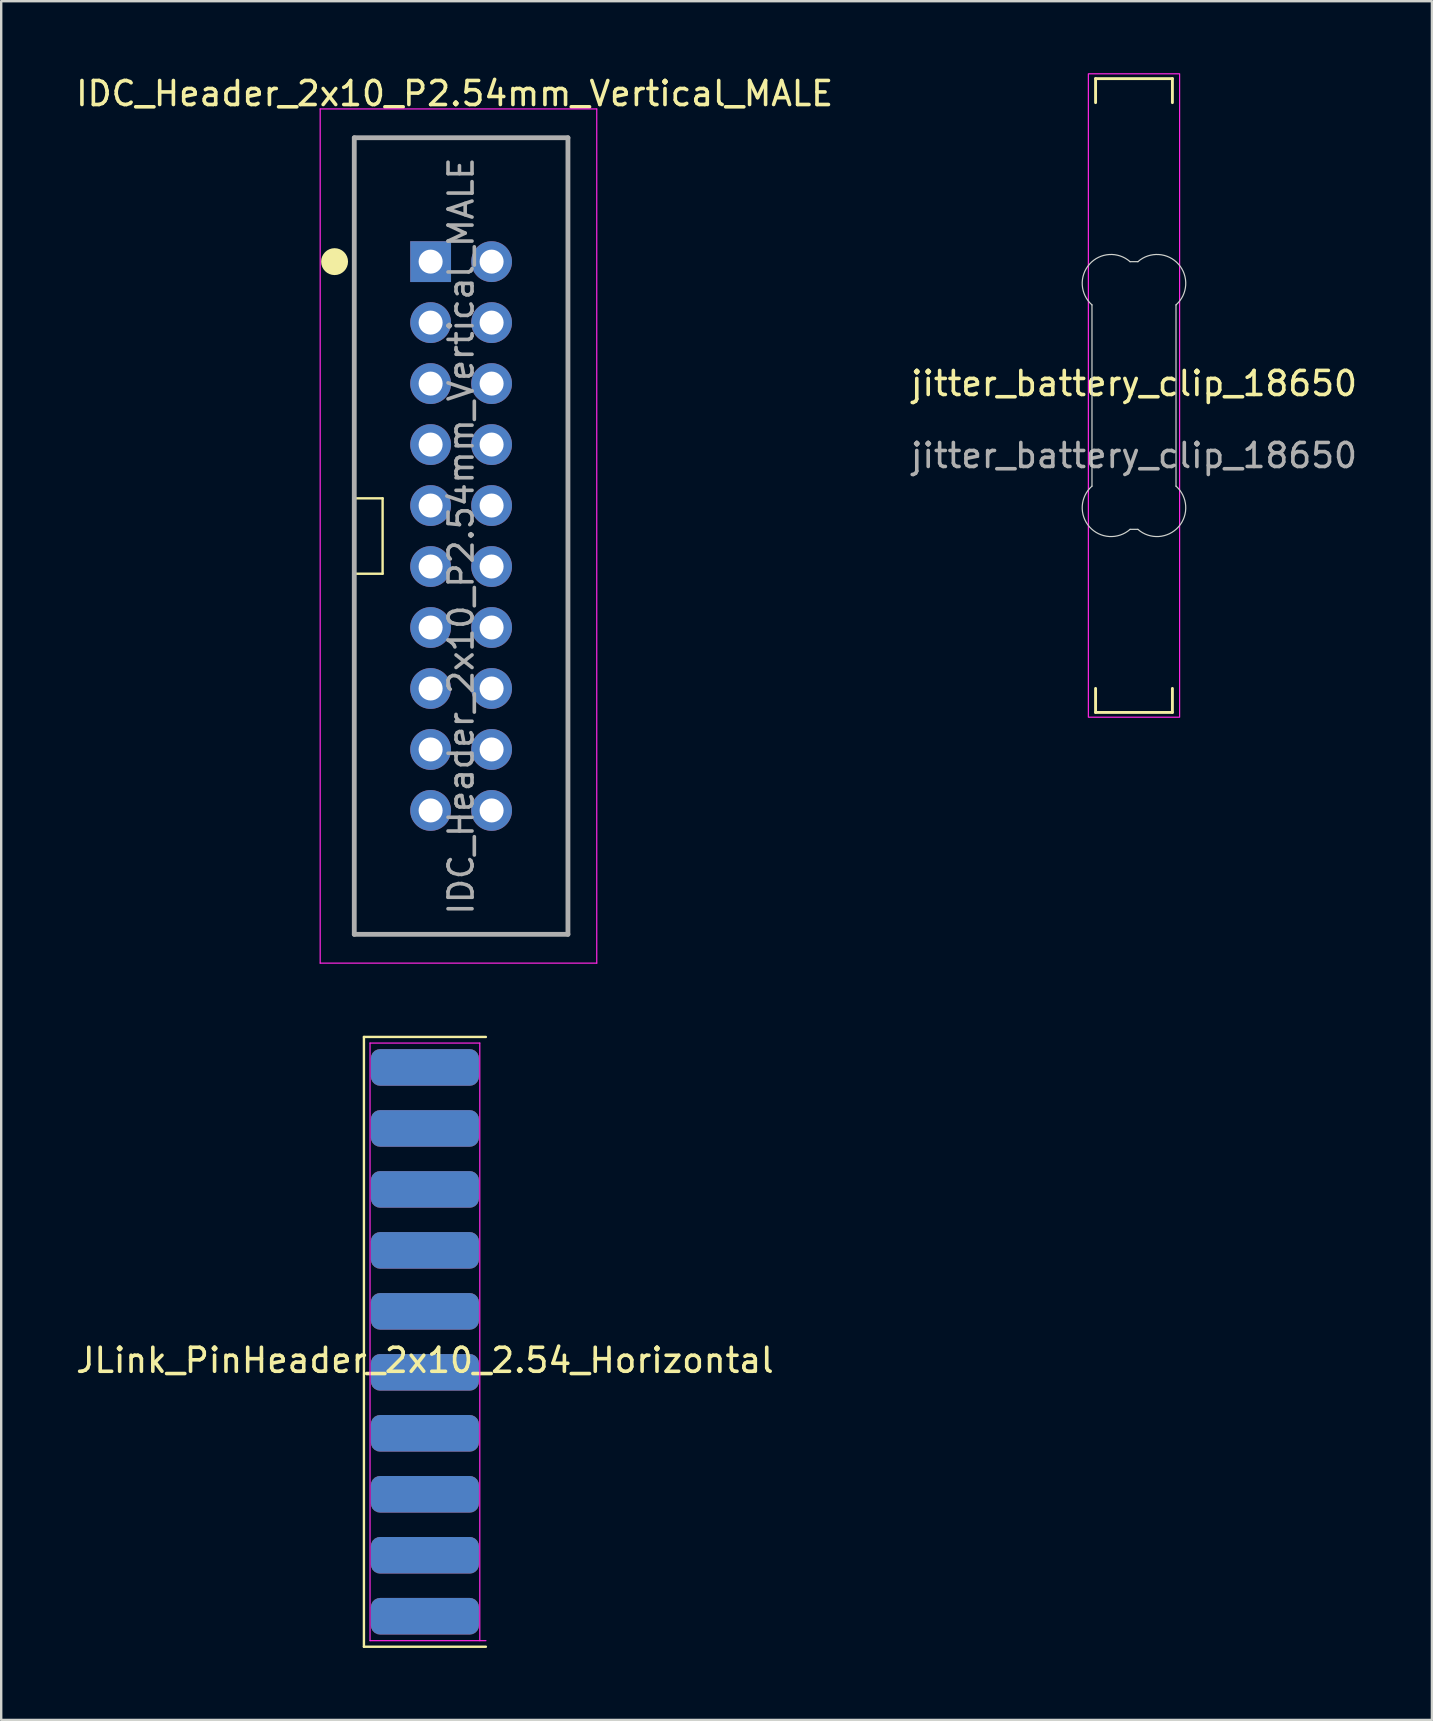
<source format=kicad_pcb>
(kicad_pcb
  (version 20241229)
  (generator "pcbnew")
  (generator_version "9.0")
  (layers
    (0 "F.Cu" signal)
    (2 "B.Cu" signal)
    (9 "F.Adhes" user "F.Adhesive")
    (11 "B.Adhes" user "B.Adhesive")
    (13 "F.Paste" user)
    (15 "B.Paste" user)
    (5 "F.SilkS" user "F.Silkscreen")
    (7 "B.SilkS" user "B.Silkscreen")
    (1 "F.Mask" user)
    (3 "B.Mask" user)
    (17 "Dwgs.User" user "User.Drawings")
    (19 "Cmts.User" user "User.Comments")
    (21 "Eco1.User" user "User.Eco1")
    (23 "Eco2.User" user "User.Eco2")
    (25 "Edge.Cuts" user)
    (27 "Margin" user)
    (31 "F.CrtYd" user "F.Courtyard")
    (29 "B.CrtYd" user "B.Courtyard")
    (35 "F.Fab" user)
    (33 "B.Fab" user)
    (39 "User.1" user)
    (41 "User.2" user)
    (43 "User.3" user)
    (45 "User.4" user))
  (footprint "IDC_Header_2x10_P2.54mm_Vertical_MALE"
    (layer "F.Cu")
    (at 14.887 7.848)
    (property "Reference" "IDC_Header_2x10_P2.54mm_Vertical_MALE" (at 1 -7 0) (layer "F.SilkS") (effects (font (size 1 1) (thickness 0.15))))
    (attr through_hole)
    (fp_line (start -3.18 -5.16) (end 5.72 -5.16) (stroke (width 0.1) (type solid)) (layer "F.SilkS"))
    (fp_line (start -3.18 9.86) (end -3.18 -5.16) (stroke (width 0.1) (type solid)) (layer "F.SilkS"))
    (fp_line (start -3.18 9.86) (end -2 9.86) (stroke (width 0.1) (type solid)) (layer "F.SilkS"))
    (fp_line (start -3.18 13) (end -2 13) (stroke (width 0.1) (type solid)) (layer "F.SilkS"))
    (fp_line (start -3.18 28.02) (end -3.18 13) (stroke (width 0.1) (type solid)) (layer "F.SilkS"))
    (fp_line (start -2 13) (end -2 9.86) (stroke (width 0.1) (type solid)) (layer "F.SilkS"))
    (fp_line (start 5.72 -5.16) (end 5.72 28.02) (stroke (width 0.1) (type solid)) (layer "F.SilkS"))
    (fp_line (start 5.72 28.02) (end -3.18 28.02) (stroke (width 0.1) (type solid)) (layer "F.SilkS"))
    (fp_circle (center -4 0) (end -3.5 0) (stroke (width 0.12) (type solid)) (fill yes) (layer "F.SilkS"))
    (fp_line (start -4.6 -6.36) (end 6.92 -6.36) (stroke (width 0.05) (type solid)) (layer "F.CrtYd"))
    (fp_line (start -4.6 29.22) (end -4.6 -6.36) (stroke (width 0.05) (type solid)) (layer "F.CrtYd"))
    (fp_line (start 6.92 -6.36) (end 6.92 29.22) (stroke (width 0.05) (type solid)) (layer "F.CrtYd"))
    (fp_line (start 6.92 29.22) (end -4.6 29.22) (stroke (width 0.05) (type solid)) (layer "F.CrtYd"))
    (fp_line (start -3.18 -5.16) (end 5.72 -5.16) (stroke (width 0.2) (type solid)) (layer "F.Fab"))
    (fp_line (start -3.18 28.02) (end -3.18 -5.16) (stroke (width 0.2) (type solid)) (layer "F.Fab"))
    (fp_line (start 5.72 -5.16) (end 5.72 28.02) (stroke (width 0.2) (type solid)) (layer "F.Fab"))
    (fp_line (start 5.72 28.02) (end -3.18 28.02) (stroke (width 0.2) (type solid)) (layer "F.Fab"))
    (fp_text user "${REFERENCE}" (at 1.27 11.43 90) (layer "F.Fab") (effects (font (size 1 1) (thickness 0.15))))
    (pad "1" thru_hole rect (at 0 0) (size 1.7 1.7) (drill 1) (layers "*.Cu" "*.Mask"))
    (pad "2" thru_hole oval (at 2.54 0) (size 1.7 1.7) (drill 1) (layers "*.Cu" "*.Mask"))
    (pad "3" thru_hole oval (at 0 2.54) (size 1.7 1.7) (drill 1) (layers "*.Cu" "*.Mask"))
    (pad "4" thru_hole oval (at 2.54 2.54) (size 1.7 1.7) (drill 1) (layers "*.Cu" "*.Mask"))
    (pad "5" thru_hole oval (at 0 5.08) (size 1.7 1.7) (drill 1) (layers "*.Cu" "*.Mask"))
    (pad "6" thru_hole oval (at 2.54 5.08) (size 1.7 1.7) (drill 1) (layers "*.Cu" "*.Mask"))
    (pad "7" thru_hole oval (at 0 7.62) (size 1.7 1.7) (drill 1) (layers "*.Cu" "*.Mask"))
    (pad "8" thru_hole oval (at 2.54 7.62) (size 1.7 1.7) (drill 1) (layers "*.Cu" "*.Mask"))
    (pad "9" thru_hole oval (at 0 10.16) (size 1.7 1.7) (drill 1) (layers "*.Cu" "*.Mask"))
    (pad "10" thru_hole oval (at 2.54 10.16) (size 1.7 1.7) (drill 1) (layers "*.Cu" "*.Mask"))
    (pad "11" thru_hole oval (at 0 12.7) (size 1.7 1.7) (drill 1) (layers "*.Cu" "*.Mask"))
    (pad "12" thru_hole oval (at 2.54 12.7) (size 1.7 1.7) (drill 1) (layers "*.Cu" "*.Mask"))
    (pad "13" thru_hole oval (at 0 15.24) (size 1.7 1.7) (drill 1) (layers "*.Cu" "*.Mask"))
    (pad "14" thru_hole oval (at 2.54 15.24) (size 1.7 1.7) (drill 1) (layers "*.Cu" "*.Mask"))
    (pad "15" thru_hole oval (at 0 17.78) (size 1.7 1.7) (drill 1) (layers "*.Cu" "*.Mask"))
    (pad "16" thru_hole oval (at 2.54 17.78) (size 1.7 1.7) (drill 1) (layers "*.Cu" "*.Mask"))
    (pad "17" thru_hole oval (at 0 20.32) (size 1.7 1.7) (drill 1) (layers "*.Cu" "*.Mask"))
    (pad "18" thru_hole oval (at 2.54 20.32) (size 1.7 1.7) (drill 1) (layers "*.Cu" "*.Mask"))
    (pad "19" thru_hole oval (at 0 22.86) (size 1.7 1.7) (drill 1) (layers "*.Cu" "*.Mask"))
    (pad "20" thru_hole oval (at 2.54 22.86) (size 1.7 1.7) (drill 1) (layers "*.Cu" "*.Mask")))
  (footprint "jitter_battery_clip_18650"
    (layer "F.Cu")
    (at 44.185 13.425)
    (property "Reference" "jitter_battery_clip_18650" (at 0 -0.5 0) (unlocked yes) (layer "F.SilkS") (effects (font (size 1 1) (thickness 0.15))))
    (attr exclude_from_pos_files)
    (fp_line (start -1.6 -13.2) (end -1.6 -12.2) (stroke (width 0.12) (type default)) (layer "F.SilkS"))
    (fp_line (start -1.6 13.2) (end -1.6 12.2) (stroke (width 0.12) (type default)) (layer "F.SilkS"))
    (fp_line (start -1.6 13.2) (end 1.6 13.2) (stroke (width 0.12) (type default)) (layer "F.SilkS"))
    (fp_line (start 1.6 -13.2) (end -1.6 -13.2) (stroke (width 0.12) (type default)) (layer "F.SilkS"))
    (fp_line (start 1.6 -13.2) (end 1.6 -12.2) (stroke (width 0.12) (type default)) (layer "F.SilkS"))
    (fp_line (start 1.6 13.2) (end 1.6 12.2) (stroke (width 0.12) (type default)) (layer "F.SilkS"))
    (fp_line (start -1.75 3.775) (end -1.75 -3.775) (stroke (width 0.05) (type solid)) (layer "Edge.Cuts"))
    (fp_line (start -0.163 -5.575) (end 0.163 -5.575) (stroke (width 0.05) (type solid)) (layer "Edge.Cuts"))
    (fp_line (start 0.163 5.575) (end -0.163 5.575) (stroke (width 0.05) (type solid)) (layer "Edge.Cuts"))
    (fp_line (start 1.75 -3.775) (end 1.75 3.775) (stroke (width 0.05) (type solid)) (layer "Edge.Cuts"))
    (fp_arc (start -1.75 -3.775) (mid -1.856276 -5.468726) (end -0.162549 -5.575) (stroke (width 0.05) (type solid)) (layer "Edge.Cuts"))
    (fp_arc (start -0.162549 5.575) (mid -1.856302 5.46875) (end -1.75 3.775) (stroke (width 0.05) (type solid)) (layer "Edge.Cuts"))
    (fp_arc (start 0.162549 -5.575) (mid 1.856313 -5.468737) (end 1.75 -3.775) (stroke (width 0.05) (type solid)) (layer "Edge.Cuts"))
    (fp_arc (start 1.75 3.775) (mid 1.856276 5.468726) (end 0.162549 5.575) (stroke (width 0.05) (type solid)) (layer "Edge.Cuts"))
    (fp_rect (start -1.9 -13.4) (end 1.9 13.4) (stroke (width 0.05) (type default)) (fill no) (layer "F.CrtYd"))
    (fp_text user "${REFERENCE}" (at 0 2.5 0) (unlocked yes) (layer "F.Fab") (effects (font (size 1 1) (thickness 0.15)))))
  (footprint "JLink_PinHeader_2x10_2.54_Horizontal"
    (layer "F.Cu")
    (at 14.649 52.843)
    (property "Reference" "JLink_PinHeader_2x10_2.54_Horizontal" (at 0 0.77 0) (unlocked yes) (layer "F.SilkS") (effects (font (size 1 1) (thickness 0.15))))
    (attr smd)
    (fp_line (start -2.54 -12.7) (end -2.54 12.7) (stroke (width 0.1) (type solid)) (layer "F.SilkS"))
    (fp_line (start -2.54 12.7) (end 2.54 12.7) (stroke (width 0.1) (type solid)) (layer "F.SilkS"))
    (fp_line (start 2.54 -12.7) (end -2.54 -12.7) (stroke (width 0.1) (type solid)) (layer "F.SilkS"))
    (fp_line (start -2.286 -12.446) (end -2.286 12.446) (stroke (width 0.05) (type solid)) (layer "F.CrtYd"))
    (fp_line (start -2.286 12.446) (end 2.54 12.446) (stroke (width 0.05) (type solid)) (layer "F.CrtYd"))
    (fp_line (start 2.286 -12.446) (end -2.286 -12.446) (stroke (width 0.05) (type solid)) (layer "F.CrtYd"))
    (fp_line (start 2.286 12.446) (end 2.286 -12.446) (stroke (width 0.05) (type solid)) (layer "F.CrtYd"))
    (pad "1" smd roundrect (at 0 11.43) (size 4.5 1.524) (layers "F.Cu" "F.Mask" "F.Paste") (roundrect_rratio 0.25))
    (pad "2" smd roundrect (at 0 11.43) (size 4.5 1.524) (layers "B.Cu" "B.Mask" "B.Paste") (roundrect_rratio 0.25))
    (pad "3" smd roundrect (at 0 8.89) (size 4.5 1.524) (layers "F.Cu" "F.Mask" "F.Paste") (roundrect_rratio 0.25))
    (pad "4" smd roundrect (at 0 8.89) (size 4.5 1.524) (layers "B.Cu" "B.Mask" "B.Paste") (roundrect_rratio 0.25))
    (pad "5" smd roundrect (at 0 6.35) (size 4.5 1.524) (layers "F.Cu" "F.Mask" "F.Paste") (roundrect_rratio 0.25))
    (pad "6" smd roundrect (at 0 6.35) (size 4.5 1.524) (layers "B.Cu" "B.Mask" "B.Paste") (roundrect_rratio 0.25))
    (pad "7" smd roundrect (at 0 3.81) (size 4.5 1.524) (layers "F.Cu" "F.Mask" "F.Paste") (roundrect_rratio 0.25))
    (pad "8" smd roundrect (at 0 3.81) (size 4.5 1.524) (layers "B.Cu" "B.Mask" "B.Paste") (roundrect_rratio 0.25))
    (pad "9" smd roundrect (at 0 1.27) (size 4.5 1.524) (layers "F.Cu" "F.Mask" "F.Paste") (roundrect_rratio 0.25))
    (pad "10" smd roundrect (at 0 1.27) (size 4.5 1.524) (layers "B.Cu" "B.Mask" "B.Paste") (roundrect_rratio 0.25))
    (pad "11" smd roundrect (at 0 -1.27) (size 4.5 1.524) (layers "F.Cu" "F.Mask" "F.Paste") (roundrect_rratio 0.25))
    (pad "12" smd roundrect (at 0 -1.27) (size 4.5 1.524) (layers "B.Cu" "B.Mask" "B.Paste") (roundrect_rratio 0.25))
    (pad "13" smd roundrect (at 0 -3.81) (size 4.5 1.524) (layers "F.Cu" "F.Mask" "F.Paste") (roundrect_rratio 0.25))
    (pad "14" smd roundrect (at 0 -3.81) (size 4.5 1.524) (layers "B.Cu" "B.Mask" "B.Paste") (roundrect_rratio 0.25))
    (pad "15" smd roundrect (at 0 -6.35) (size 4.5 1.524) (layers "F.Cu" "F.Mask" "F.Paste") (roundrect_rratio 0.25))
    (pad "16" smd roundrect (at 0 -6.35) (size 4.5 1.524) (layers "B.Cu" "B.Mask" "B.Paste") (roundrect_rratio 0.25))
    (pad "17" smd roundrect (at 0 -8.89) (size 4.5 1.524) (layers "F.Cu" "F.Mask" "F.Paste") (roundrect_rratio 0.25))
    (pad "18" smd roundrect (at 0 -8.89) (size 4.5 1.524) (layers "B.Cu" "B.Mask" "B.Paste") (roundrect_rratio 0.25))
    (pad "19" smd roundrect (at 0 -11.43) (size 4.5 1.524) (layers "F.Cu" "F.Mask" "F.Paste") (roundrect_rratio 0.25))
    (pad "20" smd roundrect (at 0 -11.43) (size 4.5 1.524) (layers "B.Cu" "B.Mask" "B.Paste") (roundrect_rratio 0.25)))
  (gr_rect
    (start -3 -3)
    (end 56.595 68.593)
    (stroke (width 0.1) (type default))
    (fill no)
    (layer "Edge.Cuts")))
</source>
